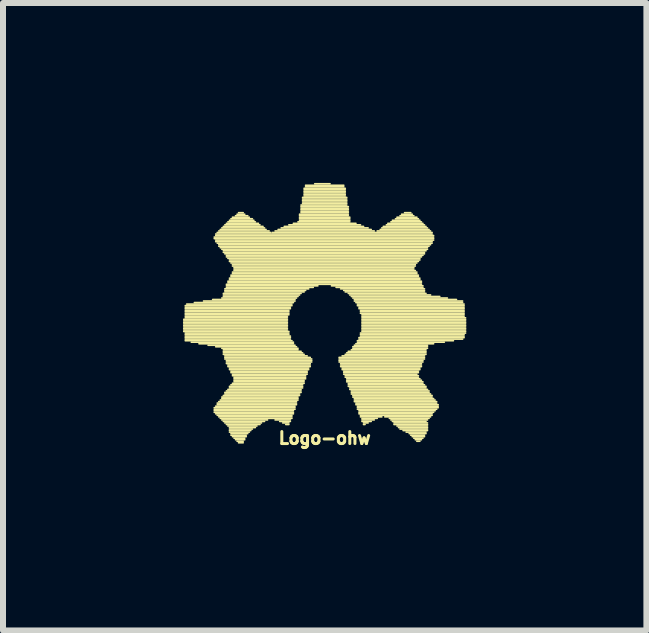
<source format=kicad_pcb>
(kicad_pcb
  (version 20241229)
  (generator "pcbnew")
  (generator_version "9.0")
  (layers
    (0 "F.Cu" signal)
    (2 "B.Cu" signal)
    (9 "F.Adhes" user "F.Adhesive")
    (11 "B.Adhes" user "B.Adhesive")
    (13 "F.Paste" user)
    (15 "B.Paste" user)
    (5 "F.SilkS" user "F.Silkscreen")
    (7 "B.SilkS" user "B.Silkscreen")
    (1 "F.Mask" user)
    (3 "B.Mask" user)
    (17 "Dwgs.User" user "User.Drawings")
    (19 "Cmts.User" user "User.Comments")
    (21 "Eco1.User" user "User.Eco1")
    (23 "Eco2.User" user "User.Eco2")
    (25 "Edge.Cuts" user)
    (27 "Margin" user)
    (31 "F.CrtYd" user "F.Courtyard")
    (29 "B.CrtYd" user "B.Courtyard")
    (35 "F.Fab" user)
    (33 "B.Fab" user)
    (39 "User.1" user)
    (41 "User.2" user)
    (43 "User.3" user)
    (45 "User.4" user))
  (footprint "Logo-ohw"
    (layer "F.Cu")
    (at 2.363 2.325)
    (property "Reference" "Logo-ohw" (at 0 1.93 0) (layer "F.SilkS") (effects (font (size 0.2 0.2) (thickness 0.05))))
    (attr through_hole)
    (fp_line (start -2.349 -0.051) (end -0.622 -0.051) (stroke (width 0.028) (type solid)) (layer "F.SilkS"))
    (fp_line (start -2.349 -0.025) (end -0.622 -0.025) (stroke (width 0.028) (type solid)) (layer "F.SilkS"))
    (fp_line (start -2.349 0) (end -0.622 0) (stroke (width 0.028) (type solid)) (layer "F.SilkS"))
    (fp_line (start -2.349 0.025) (end -0.622 0.025) (stroke (width 0.028) (type solid)) (layer "F.SilkS"))
    (fp_line (start -2.349 0.051) (end -0.622 0.051) (stroke (width 0.028) (type solid)) (layer "F.SilkS"))
    (fp_line (start -2.349 0.076) (end -0.622 0.076) (stroke (width 0.028) (type solid)) (layer "F.SilkS"))
    (fp_line (start -2.349 0.102) (end -0.622 0.102) (stroke (width 0.028) (type solid)) (layer "F.SilkS"))
    (fp_line (start -2.349 0.127) (end -0.622 0.127) (stroke (width 0.028) (type solid)) (layer "F.SilkS"))
    (fp_line (start -2.349 0.152) (end -0.597 0.152) (stroke (width 0.028) (type solid)) (layer "F.SilkS"))
    (fp_line (start -2.324 -0.279) (end -0.546 -0.279) (stroke (width 0.028) (type solid)) (layer "F.SilkS"))
    (fp_line (start -2.324 -0.254) (end -0.572 -0.254) (stroke (width 0.028) (type solid)) (layer "F.SilkS"))
    (fp_line (start -2.324 -0.229) (end -0.572 -0.229) (stroke (width 0.028) (type solid)) (layer "F.SilkS"))
    (fp_line (start -2.324 -0.203) (end -0.597 -0.203) (stroke (width 0.028) (type solid)) (layer "F.SilkS"))
    (fp_line (start -2.324 -0.178) (end -0.597 -0.178) (stroke (width 0.028) (type solid)) (layer "F.SilkS"))
    (fp_line (start -2.324 -0.152) (end -0.597 -0.152) (stroke (width 0.028) (type solid)) (layer "F.SilkS"))
    (fp_line (start -2.324 -0.127) (end -0.597 -0.127) (stroke (width 0.028) (type solid)) (layer "F.SilkS"))
    (fp_line (start -2.324 -0.102) (end -0.622 -0.102) (stroke (width 0.028) (type solid)) (layer "F.SilkS"))
    (fp_line (start -2.324 -0.076) (end -0.622 -0.076) (stroke (width 0.028) (type solid)) (layer "F.SilkS"))
    (fp_line (start -2.324 0.178) (end -0.597 0.178) (stroke (width 0.028) (type solid)) (layer "F.SilkS"))
    (fp_line (start -2.324 0.203) (end -0.597 0.203) (stroke (width 0.028) (type solid)) (layer "F.SilkS"))
    (fp_line (start -2.324 0.229) (end -0.572 0.229) (stroke (width 0.028) (type solid)) (layer "F.SilkS"))
    (fp_line (start -2.324 0.254) (end -0.572 0.254) (stroke (width 0.028) (type solid)) (layer "F.SilkS"))
    (fp_line (start -2.324 0.279) (end -0.572 0.279) (stroke (width 0.028) (type solid)) (layer "F.SilkS"))
    (fp_line (start -2.324 0.305) (end -0.546 0.305) (stroke (width 0.028) (type solid)) (layer "F.SilkS"))
    (fp_line (start -2.299 -0.305) (end -0.546 -0.305) (stroke (width 0.028) (type solid)) (layer "F.SilkS"))
    (fp_line (start -2.223 0.33) (end -0.521 0.33) (stroke (width 0.028) (type solid)) (layer "F.SilkS"))
    (fp_line (start -2.172 -0.33) (end -0.521 -0.33) (stroke (width 0.028) (type solid)) (layer "F.SilkS"))
    (fp_line (start -2.095 0.356) (end -0.521 0.356) (stroke (width 0.028) (type solid)) (layer "F.SilkS"))
    (fp_line (start -2.019 -0.356) (end -0.495 -0.356) (stroke (width 0.028) (type solid)) (layer "F.SilkS"))
    (fp_line (start -1.943 0.381) (end -0.495 0.381) (stroke (width 0.028) (type solid)) (layer "F.SilkS"))
    (fp_line (start -1.867 -0.381) (end -0.495 -0.381) (stroke (width 0.028) (type solid)) (layer "F.SilkS"))
    (fp_line (start -1.841 -1.422) (end 1.816 -1.422) (stroke (width 0.028) (type solid)) (layer "F.SilkS"))
    (fp_line (start -1.841 -1.397) (end 1.816 -1.397) (stroke (width 0.028) (type solid)) (layer "F.SilkS"))
    (fp_line (start -1.841 1.422) (end -0.495 1.422) (stroke (width 0.028) (type solid)) (layer "F.SilkS"))
    (fp_line (start -1.841 1.448) (end -0.495 1.448) (stroke (width 0.028) (type solid)) (layer "F.SilkS"))
    (fp_line (start -1.841 1.473) (end -0.521 1.473) (stroke (width 0.028) (type solid)) (layer "F.SilkS"))
    (fp_line (start -1.841 1.499) (end -0.521 1.499) (stroke (width 0.028) (type solid)) (layer "F.SilkS"))
    (fp_line (start -1.816 -1.473) (end 1.791 -1.473) (stroke (width 0.028) (type solid)) (layer "F.SilkS"))
    (fp_line (start -1.816 -1.448) (end 1.816 -1.448) (stroke (width 0.028) (type solid)) (layer "F.SilkS"))
    (fp_line (start -1.816 -1.372) (end 1.816 -1.372) (stroke (width 0.028) (type solid)) (layer "F.SilkS"))
    (fp_line (start -1.816 -1.346) (end 1.791 -1.346) (stroke (width 0.028) (type solid)) (layer "F.SilkS"))
    (fp_line (start -1.816 0.406) (end -0.47 0.406) (stroke (width 0.028) (type solid)) (layer "F.SilkS"))
    (fp_line (start -1.816 1.397) (end -0.495 1.397) (stroke (width 0.028) (type solid)) (layer "F.SilkS"))
    (fp_line (start -1.816 1.524) (end -0.521 1.524) (stroke (width 0.028) (type solid)) (layer "F.SilkS"))
    (fp_line (start -1.791 -1.499) (end -0.902 -1.499) (stroke (width 0.028) (type solid)) (layer "F.SilkS"))
    (fp_line (start -1.791 -1.321) (end 1.791 -1.321) (stroke (width 0.028) (type solid)) (layer "F.SilkS"))
    (fp_line (start -1.791 1.346) (end -0.47 1.346) (stroke (width 0.028) (type solid)) (layer "F.SilkS"))
    (fp_line (start -1.791 1.372) (end -0.47 1.372) (stroke (width 0.028) (type solid)) (layer "F.SilkS"))
    (fp_line (start -1.791 1.549) (end -0.546 1.549) (stroke (width 0.028) (type solid)) (layer "F.SilkS"))
    (fp_line (start -1.765 -1.524) (end -0.927 -1.524) (stroke (width 0.028) (type solid)) (layer "F.SilkS"))
    (fp_line (start -1.765 -1.295) (end 1.765 -1.295) (stroke (width 0.028) (type solid)) (layer "F.SilkS"))
    (fp_line (start -1.765 -1.27) (end 1.74 -1.27) (stroke (width 0.028) (type solid)) (layer "F.SilkS"))
    (fp_line (start -1.765 1.321) (end -0.47 1.321) (stroke (width 0.028) (type solid)) (layer "F.SilkS"))
    (fp_line (start -1.765 1.575) (end -0.546 1.575) (stroke (width 0.028) (type solid)) (layer "F.SilkS"))
    (fp_line (start -1.74 -1.549) (end -0.978 -1.549) (stroke (width 0.028) (type solid)) (layer "F.SilkS"))
    (fp_line (start -1.74 -1.245) (end 1.714 -1.245) (stroke (width 0.028) (type solid)) (layer "F.SilkS"))
    (fp_line (start -1.74 1.295) (end -0.445 1.295) (stroke (width 0.028) (type solid)) (layer "F.SilkS"))
    (fp_line (start -1.74 1.6) (end -0.546 1.6) (stroke (width 0.028) (type solid)) (layer "F.SilkS"))
    (fp_line (start -1.714 -1.575) (end -1.003 -1.575) (stroke (width 0.028) (type solid)) (layer "F.SilkS"))
    (fp_line (start -1.714 -1.219) (end 1.714 -1.219) (stroke (width 0.028) (type solid)) (layer "F.SilkS"))
    (fp_line (start -1.714 -0.406) (end -0.47 -0.406) (stroke (width 0.028) (type solid)) (layer "F.SilkS"))
    (fp_line (start -1.714 0.432) (end -0.445 0.432) (stroke (width 0.028) (type solid)) (layer "F.SilkS"))
    (fp_line (start -1.714 1.245) (end -0.445 1.245) (stroke (width 0.028) (type solid)) (layer "F.SilkS"))
    (fp_line (start -1.714 1.27) (end -0.445 1.27) (stroke (width 0.028) (type solid)) (layer "F.SilkS"))
    (fp_line (start -1.714 1.626) (end -0.953 1.626) (stroke (width 0.028) (type solid)) (layer "F.SilkS"))
    (fp_line (start -1.689 -1.6) (end -1.029 -1.6) (stroke (width 0.028) (type solid)) (layer "F.SilkS"))
    (fp_line (start -1.689 -1.194) (end 1.689 -1.194) (stroke (width 0.028) (type solid)) (layer "F.SilkS"))
    (fp_line (start -1.689 -1.168) (end 1.664 -1.168) (stroke (width 0.028) (type solid)) (layer "F.SilkS"))
    (fp_line (start -1.689 -0.483) (end -0.394 -0.483) (stroke (width 0.028) (type solid)) (layer "F.SilkS"))
    (fp_line (start -1.689 -0.457) (end -0.419 -0.457) (stroke (width 0.028) (type solid)) (layer "F.SilkS"))
    (fp_line (start -1.689 -0.432) (end -0.445 -0.432) (stroke (width 0.028) (type solid)) (layer "F.SilkS"))
    (fp_line (start -1.689 0.457) (end -0.445 0.457) (stroke (width 0.028) (type solid)) (layer "F.SilkS"))
    (fp_line (start -1.689 0.483) (end -0.394 0.483) (stroke (width 0.028) (type solid)) (layer "F.SilkS"))
    (fp_line (start -1.689 0.508) (end -0.368 0.508) (stroke (width 0.028) (type solid)) (layer "F.SilkS"))
    (fp_line (start -1.689 0.533) (end -0.343 0.533) (stroke (width 0.028) (type solid)) (layer "F.SilkS"))
    (fp_line (start -1.689 1.219) (end -0.419 1.219) (stroke (width 0.028) (type solid)) (layer "F.SilkS"))
    (fp_line (start -1.689 1.651) (end -1.003 1.651) (stroke (width 0.028) (type solid)) (layer "F.SilkS"))
    (fp_line (start -1.664 -1.626) (end -1.079 -1.626) (stroke (width 0.028) (type solid)) (layer "F.SilkS"))
    (fp_line (start -1.664 -1.143) (end 1.664 -1.143) (stroke (width 0.028) (type solid)) (layer "F.SilkS"))
    (fp_line (start -1.664 -0.559) (end -0.267 -0.559) (stroke (width 0.028) (type solid)) (layer "F.SilkS"))
    (fp_line (start -1.664 -0.533) (end -0.318 -0.533) (stroke (width 0.028) (type solid)) (layer "F.SilkS"))
    (fp_line (start -1.664 -0.508) (end -0.343 -0.508) (stroke (width 0.028) (type solid)) (layer "F.SilkS"))
    (fp_line (start -1.664 0.559) (end -0.292 0.559) (stroke (width 0.028) (type solid)) (layer "F.SilkS"))
    (fp_line (start -1.664 0.584) (end -0.241 0.584) (stroke (width 0.028) (type solid)) (layer "F.SilkS"))
    (fp_line (start -1.664 0.61) (end -0.216 0.61) (stroke (width 0.028) (type solid)) (layer "F.SilkS"))
    (fp_line (start -1.664 1.168) (end -0.394 1.168) (stroke (width 0.028) (type solid)) (layer "F.SilkS"))
    (fp_line (start -1.664 1.194) (end -0.419 1.194) (stroke (width 0.028) (type solid)) (layer "F.SilkS"))
    (fp_line (start -1.664 1.676) (end -1.054 1.676) (stroke (width 0.028) (type solid)) (layer "F.SilkS"))
    (fp_line (start -1.638 -1.651) (end -1.105 -1.651) (stroke (width 0.028) (type solid)) (layer "F.SilkS"))
    (fp_line (start -1.638 -1.118) (end 1.638 -1.118) (stroke (width 0.028) (type solid)) (layer "F.SilkS"))
    (fp_line (start -1.638 -1.092) (end 1.613 -1.092) (stroke (width 0.028) (type solid)) (layer "F.SilkS"))
    (fp_line (start -1.638 -0.635) (end 1.613 -0.635) (stroke (width 0.028) (type solid)) (layer "F.SilkS"))
    (fp_line (start -1.638 -0.61) (end -0.114 -0.61) (stroke (width 0.028) (type solid)) (layer "F.SilkS"))
    (fp_line (start -1.638 -0.584) (end -0.191 -0.584) (stroke (width 0.028) (type solid)) (layer "F.SilkS"))
    (fp_line (start -1.638 0.635) (end -0.216 0.635) (stroke (width 0.028) (type solid)) (layer "F.SilkS"))
    (fp_line (start -1.638 0.66) (end -0.216 0.66) (stroke (width 0.028) (type solid)) (layer "F.SilkS"))
    (fp_line (start -1.638 0.686) (end -0.241 0.686) (stroke (width 0.028) (type solid)) (layer "F.SilkS"))
    (fp_line (start -1.638 1.143) (end -0.394 1.143) (stroke (width 0.028) (type solid)) (layer "F.SilkS"))
    (fp_line (start -1.638 1.702) (end -1.079 1.702) (stroke (width 0.028) (type solid)) (layer "F.SilkS"))
    (fp_line (start -1.613 -1.676) (end -1.156 -1.676) (stroke (width 0.028) (type solid)) (layer "F.SilkS"))
    (fp_line (start -1.613 -1.067) (end 1.587 -1.067) (stroke (width 0.028) (type solid)) (layer "F.SilkS"))
    (fp_line (start -1.613 -0.686) (end 1.613 -0.686) (stroke (width 0.028) (type solid)) (layer "F.SilkS"))
    (fp_line (start -1.613 -0.66) (end 1.613 -0.66) (stroke (width 0.028) (type solid)) (layer "F.SilkS"))
    (fp_line (start -1.613 0.711) (end -0.241 0.711) (stroke (width 0.028) (type solid)) (layer "F.SilkS"))
    (fp_line (start -1.613 0.737) (end -0.241 0.737) (stroke (width 0.028) (type solid)) (layer "F.SilkS"))
    (fp_line (start -1.613 1.118) (end -0.394 1.118) (stroke (width 0.028) (type solid)) (layer "F.SilkS"))
    (fp_line (start -1.613 1.727) (end -1.13 1.727) (stroke (width 0.028) (type solid)) (layer "F.SilkS"))
    (fp_line (start -1.587 -1.702) (end -1.181 -1.702) (stroke (width 0.028) (type solid)) (layer "F.SilkS"))
    (fp_line (start -1.587 -1.041) (end 1.587 -1.041) (stroke (width 0.028) (type solid)) (layer "F.SilkS"))
    (fp_line (start -1.587 -1.016) (end 1.562 -1.016) (stroke (width 0.028) (type solid)) (layer "F.SilkS"))
    (fp_line (start -1.587 -0.737) (end 1.587 -0.737) (stroke (width 0.028) (type solid)) (layer "F.SilkS"))
    (fp_line (start -1.587 -0.711) (end 1.587 -0.711) (stroke (width 0.028) (type solid)) (layer "F.SilkS"))
    (fp_line (start -1.587 0.762) (end -0.267 0.762) (stroke (width 0.028) (type solid)) (layer "F.SilkS"))
    (fp_line (start -1.587 0.787) (end -0.267 0.787) (stroke (width 0.028) (type solid)) (layer "F.SilkS"))
    (fp_line (start -1.587 1.067) (end -0.368 1.067) (stroke (width 0.028) (type solid)) (layer "F.SilkS"))
    (fp_line (start -1.587 1.092) (end -0.368 1.092) (stroke (width 0.028) (type solid)) (layer "F.SilkS"))
    (fp_line (start -1.587 1.753) (end -1.156 1.753) (stroke (width 0.028) (type solid)) (layer "F.SilkS"))
    (fp_line (start -1.587 1.778) (end -1.206 1.778) (stroke (width 0.028) (type solid)) (layer "F.SilkS"))
    (fp_line (start -1.587 1.803) (end -1.232 1.803) (stroke (width 0.028) (type solid)) (layer "F.SilkS"))
    (fp_line (start -1.587 1.829) (end -1.257 1.829) (stroke (width 0.028) (type solid)) (layer "F.SilkS"))
    (fp_line (start -1.562 -1.727) (end -1.206 -1.727) (stroke (width 0.028) (type solid)) (layer "F.SilkS"))
    (fp_line (start -1.562 -0.991) (end 1.537 -0.991) (stroke (width 0.028) (type solid)) (layer "F.SilkS"))
    (fp_line (start -1.562 -0.787) (end 1.562 -0.787) (stroke (width 0.028) (type solid)) (layer "F.SilkS"))
    (fp_line (start -1.562 -0.762) (end 1.562 -0.762) (stroke (width 0.028) (type solid)) (layer "F.SilkS"))
    (fp_line (start -1.562 0.813) (end -0.292 0.813) (stroke (width 0.028) (type solid)) (layer "F.SilkS"))
    (fp_line (start -1.562 0.838) (end -0.292 0.838) (stroke (width 0.028) (type solid)) (layer "F.SilkS"))
    (fp_line (start -1.562 1.041) (end -0.368 1.041) (stroke (width 0.028) (type solid)) (layer "F.SilkS"))
    (fp_line (start -1.562 1.854) (end -1.283 1.854) (stroke (width 0.028) (type solid)) (layer "F.SilkS"))
    (fp_line (start -1.562 1.88) (end -1.308 1.88) (stroke (width 0.028) (type solid)) (layer "F.SilkS"))
    (fp_line (start -1.537 -1.753) (end -1.257 -1.753) (stroke (width 0.028) (type solid)) (layer "F.SilkS"))
    (fp_line (start -1.537 -0.965) (end 1.511 -0.965) (stroke (width 0.028) (type solid)) (layer "F.SilkS"))
    (fp_line (start -1.537 -0.94) (end 1.511 -0.94) (stroke (width 0.028) (type solid)) (layer "F.SilkS"))
    (fp_line (start -1.537 -0.838) (end 1.537 -0.838) (stroke (width 0.028) (type solid)) (layer "F.SilkS"))
    (fp_line (start -1.537 -0.813) (end 1.537 -0.813) (stroke (width 0.028) (type solid)) (layer "F.SilkS"))
    (fp_line (start -1.537 0.864) (end -0.292 0.864) (stroke (width 0.028) (type solid)) (layer "F.SilkS"))
    (fp_line (start -1.537 0.889) (end -0.318 0.889) (stroke (width 0.028) (type solid)) (layer "F.SilkS"))
    (fp_line (start -1.537 1.016) (end -0.343 1.016) (stroke (width 0.028) (type solid)) (layer "F.SilkS"))
    (fp_line (start -1.537 1.905) (end -1.308 1.905) (stroke (width 0.028) (type solid)) (layer "F.SilkS"))
    (fp_line (start -1.511 -0.914) (end 1.486 -0.914) (stroke (width 0.028) (type solid)) (layer "F.SilkS"))
    (fp_line (start -1.511 -0.889) (end 1.486 -0.889) (stroke (width 0.028) (type solid)) (layer "F.SilkS"))
    (fp_line (start -1.511 -0.864) (end 1.511 -0.864) (stroke (width 0.028) (type solid)) (layer "F.SilkS"))
    (fp_line (start -1.511 0.914) (end -0.318 0.914) (stroke (width 0.028) (type solid)) (layer "F.SilkS"))
    (fp_line (start -1.511 0.94) (end -0.318 0.94) (stroke (width 0.028) (type solid)) (layer "F.SilkS"))
    (fp_line (start -1.511 0.965) (end -0.343 0.965) (stroke (width 0.028) (type solid)) (layer "F.SilkS"))
    (fp_line (start -1.511 0.991) (end -0.343 0.991) (stroke (width 0.028) (type solid)) (layer "F.SilkS"))
    (fp_line (start -1.511 1.93) (end -1.333 1.93) (stroke (width 0.028) (type solid)) (layer "F.SilkS"))
    (fp_line (start -1.486 -1.778) (end -1.283 -1.778) (stroke (width 0.028) (type solid)) (layer "F.SilkS"))
    (fp_line (start -1.486 1.956) (end -1.333 1.956) (stroke (width 0.028) (type solid)) (layer "F.SilkS"))
    (fp_line (start -1.46 -1.803) (end -1.333 -1.803) (stroke (width 0.028) (type solid)) (layer "F.SilkS"))
    (fp_line (start -1.46 1.981) (end -1.359 1.981) (stroke (width 0.028) (type solid)) (layer "F.SilkS"))
    (fp_line (start -1.435 -1.829) (end -1.359 -1.829) (stroke (width 0.028) (type solid)) (layer "F.SilkS"))
    (fp_line (start -1.435 2.007) (end -1.359 2.007) (stroke (width 0.028) (type solid)) (layer "F.SilkS"))
    (fp_line (start -0.876 -1.499) (end 1.791 -1.499) (stroke (width 0.028) (type solid)) (layer "F.SilkS"))
    (fp_line (start -0.826 -1.524) (end 0.826 -1.524) (stroke (width 0.028) (type solid)) (layer "F.SilkS"))
    (fp_line (start -0.826 1.626) (end -0.572 1.626) (stroke (width 0.028) (type solid)) (layer "F.SilkS"))
    (fp_line (start -0.775 -1.549) (end 0.775 -1.549) (stroke (width 0.028) (type solid)) (layer "F.SilkS"))
    (fp_line (start -0.749 1.651) (end -0.572 1.651) (stroke (width 0.028) (type solid)) (layer "F.SilkS"))
    (fp_line (start -0.724 -1.575) (end 0.724 -1.575) (stroke (width 0.028) (type solid)) (layer "F.SilkS"))
    (fp_line (start -0.699 1.676) (end -0.597 1.676) (stroke (width 0.028) (type solid)) (layer "F.SilkS"))
    (fp_line (start -0.673 -1.6) (end 0.648 -1.6) (stroke (width 0.028) (type solid)) (layer "F.SilkS"))
    (fp_line (start -0.648 1.702) (end -0.597 1.702) (stroke (width 0.028) (type solid)) (layer "F.SilkS"))
    (fp_line (start -0.597 -1.626) (end 0.597 -1.626) (stroke (width 0.028) (type solid)) (layer "F.SilkS"))
    (fp_line (start -0.521 -1.651) (end 0.521 -1.651) (stroke (width 0.028) (type solid)) (layer "F.SilkS"))
    (fp_line (start -0.445 -1.676) (end 0.419 -1.676) (stroke (width 0.028) (type solid)) (layer "F.SilkS"))
    (fp_line (start -0.419 -1.803) (end 0.394 -1.803) (stroke (width 0.028) (type solid)) (layer "F.SilkS"))
    (fp_line (start -0.419 -1.778) (end 0.394 -1.778) (stroke (width 0.028) (type solid)) (layer "F.SilkS"))
    (fp_line (start -0.419 -1.753) (end 0.419 -1.753) (stroke (width 0.028) (type solid)) (layer "F.SilkS"))
    (fp_line (start -0.419 -1.727) (end 0.419 -1.727) (stroke (width 0.028) (type solid)) (layer "F.SilkS"))
    (fp_line (start -0.419 -1.702) (end 0.419 -1.702) (stroke (width 0.028) (type solid)) (layer "F.SilkS"))
    (fp_line (start -0.394 -1.956) (end 0.368 -1.956) (stroke (width 0.028) (type solid)) (layer "F.SilkS"))
    (fp_line (start -0.394 -1.93) (end 0.394 -1.93) (stroke (width 0.028) (type solid)) (layer "F.SilkS"))
    (fp_line (start -0.394 -1.905) (end 0.394 -1.905) (stroke (width 0.028) (type solid)) (layer "F.SilkS"))
    (fp_line (start -0.394 -1.88) (end 0.394 -1.88) (stroke (width 0.028) (type solid)) (layer "F.SilkS"))
    (fp_line (start -0.394 -1.854) (end 0.394 -1.854) (stroke (width 0.028) (type solid)) (layer "F.SilkS"))
    (fp_line (start -0.394 -1.829) (end 0.394 -1.829) (stroke (width 0.028) (type solid)) (layer "F.SilkS"))
    (fp_line (start -0.368 -2.083) (end 0.368 -2.083) (stroke (width 0.028) (type solid)) (layer "F.SilkS"))
    (fp_line (start -0.368 -2.057) (end 0.368 -2.057) (stroke (width 0.028) (type solid)) (layer "F.SilkS"))
    (fp_line (start -0.368 -2.032) (end 0.368 -2.032) (stroke (width 0.028) (type solid)) (layer "F.SilkS"))
    (fp_line (start -0.368 -2.007) (end 0.368 -2.007) (stroke (width 0.028) (type solid)) (layer "F.SilkS"))
    (fp_line (start -0.368 -1.981) (end 0.368 -1.981) (stroke (width 0.028) (type solid)) (layer "F.SilkS"))
    (fp_line (start -0.343 -2.235) (end 0.343 -2.235) (stroke (width 0.028) (type solid)) (layer "F.SilkS"))
    (fp_line (start -0.343 -2.21) (end 0.343 -2.21) (stroke (width 0.028) (type solid)) (layer "F.SilkS"))
    (fp_line (start -0.343 -2.184) (end 0.343 -2.184) (stroke (width 0.028) (type solid)) (layer "F.SilkS"))
    (fp_line (start -0.343 -2.159) (end 0.343 -2.159) (stroke (width 0.028) (type solid)) (layer "F.SilkS"))
    (fp_line (start -0.343 -2.134) (end 0.343 -2.134) (stroke (width 0.028) (type solid)) (layer "F.SilkS"))
    (fp_line (start -0.343 -2.108) (end 0.343 -2.108) (stroke (width 0.028) (type solid)) (layer "F.SilkS"))
    (fp_line (start -0.318 -2.286) (end 0.318 -2.286) (stroke (width 0.028) (type solid)) (layer "F.SilkS"))
    (fp_line (start -0.318 -2.261) (end 0.318 -2.261) (stroke (width 0.028) (type solid)) (layer "F.SilkS"))
    (fp_line (start -0.165 -2.311) (end 0.089 -2.311) (stroke (width 0.028) (type solid)) (layer "F.SilkS"))
    (fp_line (start 0.114 -0.61) (end 1.638 -0.61) (stroke (width 0.028) (type solid)) (layer "F.SilkS"))
    (fp_line (start 0.191 -0.584) (end 1.638 -0.584) (stroke (width 0.028) (type solid)) (layer "F.SilkS"))
    (fp_line (start 0.241 0.584) (end 1.664 0.584) (stroke (width 0.028) (type solid)) (layer "F.SilkS"))
    (fp_line (start 0.241 0.61) (end 1.664 0.61) (stroke (width 0.028) (type solid)) (layer "F.SilkS"))
    (fp_line (start 0.241 0.635) (end 1.638 0.635) (stroke (width 0.028) (type solid)) (layer "F.SilkS"))
    (fp_line (start 0.241 0.66) (end 1.638 0.66) (stroke (width 0.028) (type solid)) (layer "F.SilkS"))
    (fp_line (start 0.267 -0.559) (end 1.664 -0.559) (stroke (width 0.028) (type solid)) (layer "F.SilkS"))
    (fp_line (start 0.267 0.686) (end 1.613 0.686) (stroke (width 0.028) (type solid)) (layer "F.SilkS"))
    (fp_line (start 0.267 0.711) (end 1.613 0.711) (stroke (width 0.028) (type solid)) (layer "F.SilkS"))
    (fp_line (start 0.267 0.737) (end 1.613 0.737) (stroke (width 0.028) (type solid)) (layer "F.SilkS"))
    (fp_line (start 0.292 0.559) (end 1.664 0.559) (stroke (width 0.028) (type solid)) (layer "F.SilkS"))
    (fp_line (start 0.292 0.762) (end 1.587 0.762) (stroke (width 0.028) (type solid)) (layer "F.SilkS"))
    (fp_line (start 0.292 0.787) (end 1.587 0.787) (stroke (width 0.028) (type solid)) (layer "F.SilkS"))
    (fp_line (start 0.318 -0.533) (end 1.664 -0.533) (stroke (width 0.028) (type solid)) (layer "F.SilkS"))
    (fp_line (start 0.318 0.813) (end 1.562 0.813) (stroke (width 0.028) (type solid)) (layer "F.SilkS"))
    (fp_line (start 0.318 0.838) (end 1.562 0.838) (stroke (width 0.028) (type solid)) (layer "F.SilkS"))
    (fp_line (start 0.318 0.864) (end 1.537 0.864) (stroke (width 0.028) (type solid)) (layer "F.SilkS"))
    (fp_line (start 0.343 -0.508) (end 1.664 -0.508) (stroke (width 0.028) (type solid)) (layer "F.SilkS"))
    (fp_line (start 0.343 0.533) (end 1.689 0.533) (stroke (width 0.028) (type solid)) (layer "F.SilkS"))
    (fp_line (start 0.343 0.889) (end 1.562 0.889) (stroke (width 0.028) (type solid)) (layer "F.SilkS"))
    (fp_line (start 0.343 0.914) (end 1.562 0.914) (stroke (width 0.028) (type solid)) (layer "F.SilkS"))
    (fp_line (start 0.368 0.508) (end 1.689 0.508) (stroke (width 0.028) (type solid)) (layer "F.SilkS"))
    (fp_line (start 0.368 0.94) (end 1.587 0.94) (stroke (width 0.028) (type solid)) (layer "F.SilkS"))
    (fp_line (start 0.368 0.965) (end 1.613 0.965) (stroke (width 0.028) (type solid)) (layer "F.SilkS"))
    (fp_line (start 0.368 0.991) (end 1.638 0.991) (stroke (width 0.028) (type solid)) (layer "F.SilkS"))
    (fp_line (start 0.394 -0.483) (end 1.689 -0.483) (stroke (width 0.028) (type solid)) (layer "F.SilkS"))
    (fp_line (start 0.394 0.483) (end 1.689 0.483) (stroke (width 0.028) (type solid)) (layer "F.SilkS"))
    (fp_line (start 0.394 1.016) (end 1.638 1.016) (stroke (width 0.028) (type solid)) (layer "F.SilkS"))
    (fp_line (start 0.394 1.041) (end 1.664 1.041) (stroke (width 0.028) (type solid)) (layer "F.SilkS"))
    (fp_line (start 0.394 1.067) (end 1.689 1.067) (stroke (width 0.028) (type solid)) (layer "F.SilkS"))
    (fp_line (start 0.419 -0.457) (end 1.765 -0.457) (stroke (width 0.028) (type solid)) (layer "F.SilkS"))
    (fp_line (start 0.419 1.092) (end 1.689 1.092) (stroke (width 0.028) (type solid)) (layer "F.SilkS"))
    (fp_line (start 0.419 1.118) (end 1.714 1.118) (stroke (width 0.028) (type solid)) (layer "F.SilkS"))
    (fp_line (start 0.445 -0.432) (end 1.918 -0.432) (stroke (width 0.028) (type solid)) (layer "F.SilkS"))
    (fp_line (start 0.445 0.457) (end 1.689 0.457) (stroke (width 0.028) (type solid)) (layer "F.SilkS"))
    (fp_line (start 0.445 1.143) (end 1.74 1.143) (stroke (width 0.028) (type solid)) (layer "F.SilkS"))
    (fp_line (start 0.445 1.168) (end 1.74 1.168) (stroke (width 0.028) (type solid)) (layer "F.SilkS"))
    (fp_line (start 0.445 1.194) (end 1.765 1.194) (stroke (width 0.028) (type solid)) (layer "F.SilkS"))
    (fp_line (start 0.47 -0.406) (end 2.045 -0.406) (stroke (width 0.028) (type solid)) (layer "F.SilkS"))
    (fp_line (start 0.47 0.406) (end 1.714 0.406) (stroke (width 0.028) (type solid)) (layer "F.SilkS"))
    (fp_line (start 0.47 0.432) (end 1.714 0.432) (stroke (width 0.028) (type solid)) (layer "F.SilkS"))
    (fp_line (start 0.47 1.219) (end 1.791 1.219) (stroke (width 0.028) (type solid)) (layer "F.SilkS"))
    (fp_line (start 0.47 1.245) (end 1.791 1.245) (stroke (width 0.028) (type solid)) (layer "F.SilkS"))
    (fp_line (start 0.495 -0.381) (end 2.197 -0.381) (stroke (width 0.028) (type solid)) (layer "F.SilkS"))
    (fp_line (start 0.495 -0.356) (end 2.299 -0.356) (stroke (width 0.028) (type solid)) (layer "F.SilkS"))
    (fp_line (start 0.495 0.381) (end 1.714 0.381) (stroke (width 0.028) (type solid)) (layer "F.SilkS"))
    (fp_line (start 0.495 1.27) (end 1.816 1.27) (stroke (width 0.028) (type solid)) (layer "F.SilkS"))
    (fp_line (start 0.495 1.295) (end 1.841 1.295) (stroke (width 0.028) (type solid)) (layer "F.SilkS"))
    (fp_line (start 0.495 1.321) (end 1.867 1.321) (stroke (width 0.028) (type solid)) (layer "F.SilkS"))
    (fp_line (start 0.521 -0.33) (end 2.299 -0.33) (stroke (width 0.028) (type solid)) (layer "F.SilkS"))
    (fp_line (start 0.521 0.356) (end 1.816 0.356) (stroke (width 0.028) (type solid)) (layer "F.SilkS"))
    (fp_line (start 0.521 1.346) (end 1.867 1.346) (stroke (width 0.028) (type solid)) (layer "F.SilkS"))
    (fp_line (start 0.521 1.372) (end 1.892 1.372) (stroke (width 0.028) (type solid)) (layer "F.SilkS"))
    (fp_line (start 0.546 -0.305) (end 2.324 -0.305) (stroke (width 0.028) (type solid)) (layer "F.SilkS"))
    (fp_line (start 0.546 -0.279) (end 2.324 -0.279) (stroke (width 0.028) (type solid)) (layer "F.SilkS"))
    (fp_line (start 0.546 0.305) (end 2.146 0.305) (stroke (width 0.028) (type solid)) (layer "F.SilkS"))
    (fp_line (start 0.546 0.33) (end 1.994 0.33) (stroke (width 0.028) (type solid)) (layer "F.SilkS"))
    (fp_line (start 0.546 1.397) (end 1.892 1.397) (stroke (width 0.028) (type solid)) (layer "F.SilkS"))
    (fp_line (start 0.546 1.422) (end 1.892 1.422) (stroke (width 0.028) (type solid)) (layer "F.SilkS"))
    (fp_line (start 0.546 1.448) (end 1.867 1.448) (stroke (width 0.028) (type solid)) (layer "F.SilkS"))
    (fp_line (start 0.572 -0.254) (end 2.324 -0.254) (stroke (width 0.028) (type solid)) (layer "F.SilkS"))
    (fp_line (start 0.572 -0.229) (end 2.324 -0.229) (stroke (width 0.028) (type solid)) (layer "F.SilkS"))
    (fp_line (start 0.572 0.254) (end 2.324 0.254) (stroke (width 0.028) (type solid)) (layer "F.SilkS"))
    (fp_line (start 0.572 0.279) (end 2.299 0.279) (stroke (width 0.028) (type solid)) (layer "F.SilkS"))
    (fp_line (start 0.572 1.473) (end 1.841 1.473) (stroke (width 0.028) (type solid)) (layer "F.SilkS"))
    (fp_line (start 0.572 1.499) (end 1.816 1.499) (stroke (width 0.028) (type solid)) (layer "F.SilkS"))
    (fp_line (start 0.572 1.524) (end 1.791 1.524) (stroke (width 0.028) (type solid)) (layer "F.SilkS"))
    (fp_line (start 0.597 -0.203) (end 2.324 -0.203) (stroke (width 0.028) (type solid)) (layer "F.SilkS"))
    (fp_line (start 0.597 -0.178) (end 2.324 -0.178) (stroke (width 0.028) (type solid)) (layer "F.SilkS"))
    (fp_line (start 0.597 -0.152) (end 2.324 -0.152) (stroke (width 0.028) (type solid)) (layer "F.SilkS"))
    (fp_line (start 0.597 0.178) (end 2.349 0.178) (stroke (width 0.028) (type solid)) (layer "F.SilkS"))
    (fp_line (start 0.597 0.203) (end 2.324 0.203) (stroke (width 0.028) (type solid)) (layer "F.SilkS"))
    (fp_line (start 0.597 0.229) (end 2.324 0.229) (stroke (width 0.028) (type solid)) (layer "F.SilkS"))
    (fp_line (start 0.597 1.549) (end 1.791 1.549) (stroke (width 0.028) (type solid)) (layer "F.SilkS"))
    (fp_line (start 0.597 1.575) (end 0.953 1.575) (stroke (width 0.028) (type solid)) (layer "F.SilkS"))
    (fp_line (start 0.622 -0.127) (end 2.324 -0.127) (stroke (width 0.028) (type solid)) (layer "F.SilkS"))
    (fp_line (start 0.622 -0.102) (end 2.324 -0.102) (stroke (width 0.028) (type solid)) (layer "F.SilkS"))
    (fp_line (start 0.622 -0.076) (end 2.349 -0.076) (stroke (width 0.028) (type solid)) (layer "F.SilkS"))
    (fp_line (start 0.622 -0.051) (end 2.349 -0.051) (stroke (width 0.028) (type solid)) (layer "F.SilkS"))
    (fp_line (start 0.622 -0.025) (end 2.349 -0.025) (stroke (width 0.028) (type solid)) (layer "F.SilkS"))
    (fp_line (start 0.622 0) (end 2.349 0) (stroke (width 0.028) (type solid)) (layer "F.SilkS"))
    (fp_line (start 0.622 0.025) (end 2.349 0.025) (stroke (width 0.028) (type solid)) (layer "F.SilkS"))
    (fp_line (start 0.622 0.051) (end 2.349 0.051) (stroke (width 0.028) (type solid)) (layer "F.SilkS"))
    (fp_line (start 0.622 0.076) (end 2.349 0.076) (stroke (width 0.028) (type solid)) (layer "F.SilkS"))
    (fp_line (start 0.622 0.102) (end 2.349 0.102) (stroke (width 0.028) (type solid)) (layer "F.SilkS"))
    (fp_line (start 0.622 0.127) (end 2.349 0.127) (stroke (width 0.028) (type solid)) (layer "F.SilkS"))
    (fp_line (start 0.622 0.152) (end 2.349 0.152) (stroke (width 0.028) (type solid)) (layer "F.SilkS"))
    (fp_line (start 0.622 1.6) (end 0.876 1.6) (stroke (width 0.028) (type solid)) (layer "F.SilkS"))
    (fp_line (start 0.622 1.626) (end 0.826 1.626) (stroke (width 0.028) (type solid)) (layer "F.SilkS"))
    (fp_line (start 0.622 1.651) (end 0.775 1.651) (stroke (width 0.028) (type solid)) (layer "F.SilkS"))
    (fp_line (start 0.648 1.676) (end 0.724 1.676) (stroke (width 0.028) (type solid)) (layer "F.SilkS"))
    (fp_line (start 0.648 1.702) (end 0.673 1.702) (stroke (width 0.028) (type solid)) (layer "F.SilkS"))
    (fp_line (start 0.876 -1.524) (end 1.765 -1.524) (stroke (width 0.028) (type solid)) (layer "F.SilkS"))
    (fp_line (start 0.927 -1.549) (end 1.74 -1.549) (stroke (width 0.028) (type solid)) (layer "F.SilkS"))
    (fp_line (start 0.953 -1.575) (end 1.714 -1.575) (stroke (width 0.028) (type solid)) (layer "F.SilkS"))
    (fp_line (start 0.978 -1.6) (end 1.689 -1.6) (stroke (width 0.028) (type solid)) (layer "F.SilkS"))
    (fp_line (start 1.003 1.575) (end 1.765 1.575) (stroke (width 0.028) (type solid)) (layer "F.SilkS"))
    (fp_line (start 1.029 -1.626) (end 1.664 -1.626) (stroke (width 0.028) (type solid)) (layer "F.SilkS"))
    (fp_line (start 1.054 -1.651) (end 1.638 -1.651) (stroke (width 0.028) (type solid)) (layer "F.SilkS"))
    (fp_line (start 1.079 1.6) (end 1.74 1.6) (stroke (width 0.028) (type solid)) (layer "F.SilkS"))
    (fp_line (start 1.105 -1.676) (end 1.613 -1.676) (stroke (width 0.028) (type solid)) (layer "F.SilkS"))
    (fp_line (start 1.105 1.626) (end 1.714 1.626) (stroke (width 0.028) (type solid)) (layer "F.SilkS"))
    (fp_line (start 1.13 -1.702) (end 1.587 -1.702) (stroke (width 0.028) (type solid)) (layer "F.SilkS"))
    (fp_line (start 1.13 1.651) (end 1.689 1.651) (stroke (width 0.028) (type solid)) (layer "F.SilkS"))
    (fp_line (start 1.156 1.676) (end 1.714 1.676) (stroke (width 0.028) (type solid)) (layer "F.SilkS"))
    (fp_line (start 1.156 1.702) (end 1.714 1.702) (stroke (width 0.028) (type solid)) (layer "F.SilkS"))
    (fp_line (start 1.181 -1.727) (end 1.562 -1.727) (stroke (width 0.028) (type solid)) (layer "F.SilkS"))
    (fp_line (start 1.206 -1.753) (end 1.537 -1.753) (stroke (width 0.028) (type solid)) (layer "F.SilkS"))
    (fp_line (start 1.206 1.727) (end 1.714 1.727) (stroke (width 0.028) (type solid)) (layer "F.SilkS"))
    (fp_line (start 1.232 1.753) (end 1.714 1.753) (stroke (width 0.028) (type solid)) (layer "F.SilkS"))
    (fp_line (start 1.257 -1.778) (end 1.486 -1.778) (stroke (width 0.028) (type solid)) (layer "F.SilkS"))
    (fp_line (start 1.257 1.778) (end 1.714 1.778) (stroke (width 0.028) (type solid)) (layer "F.SilkS"))
    (fp_line (start 1.283 -1.803) (end 1.46 -1.803) (stroke (width 0.028) (type solid)) (layer "F.SilkS"))
    (fp_line (start 1.308 1.803) (end 1.714 1.803) (stroke (width 0.028) (type solid)) (layer "F.SilkS"))
    (fp_line (start 1.333 -1.829) (end 1.435 -1.829) (stroke (width 0.028) (type solid)) (layer "F.SilkS"))
    (fp_line (start 1.359 1.829) (end 1.689 1.829) (stroke (width 0.028) (type solid)) (layer "F.SilkS"))
    (fp_line (start 1.41 1.854) (end 1.689 1.854) (stroke (width 0.028) (type solid)) (layer "F.SilkS"))
    (fp_line (start 1.435 1.88) (end 1.664 1.88) (stroke (width 0.028) (type solid)) (layer "F.SilkS"))
    (fp_line (start 1.46 1.905) (end 1.664 1.905) (stroke (width 0.028) (type solid)) (layer "F.SilkS"))
    (fp_line (start 1.486 1.93) (end 1.638 1.93) (stroke (width 0.028) (type solid)) (layer "F.SilkS"))
    (fp_line (start 1.511 1.956) (end 1.613 1.956) (stroke (width 0.028) (type solid)) (layer "F.SilkS"))
    (fp_line (start 1.537 1.981) (end 1.587 1.981) (stroke (width 0.028) (type solid)) (layer "F.SilkS")))
  (gr_rect
    (start -3 -3)
    (end 7.727 7.461)
    (stroke (width 0.1) (type default))
    (fill no)
    (layer "Edge.Cuts")))
</source>
